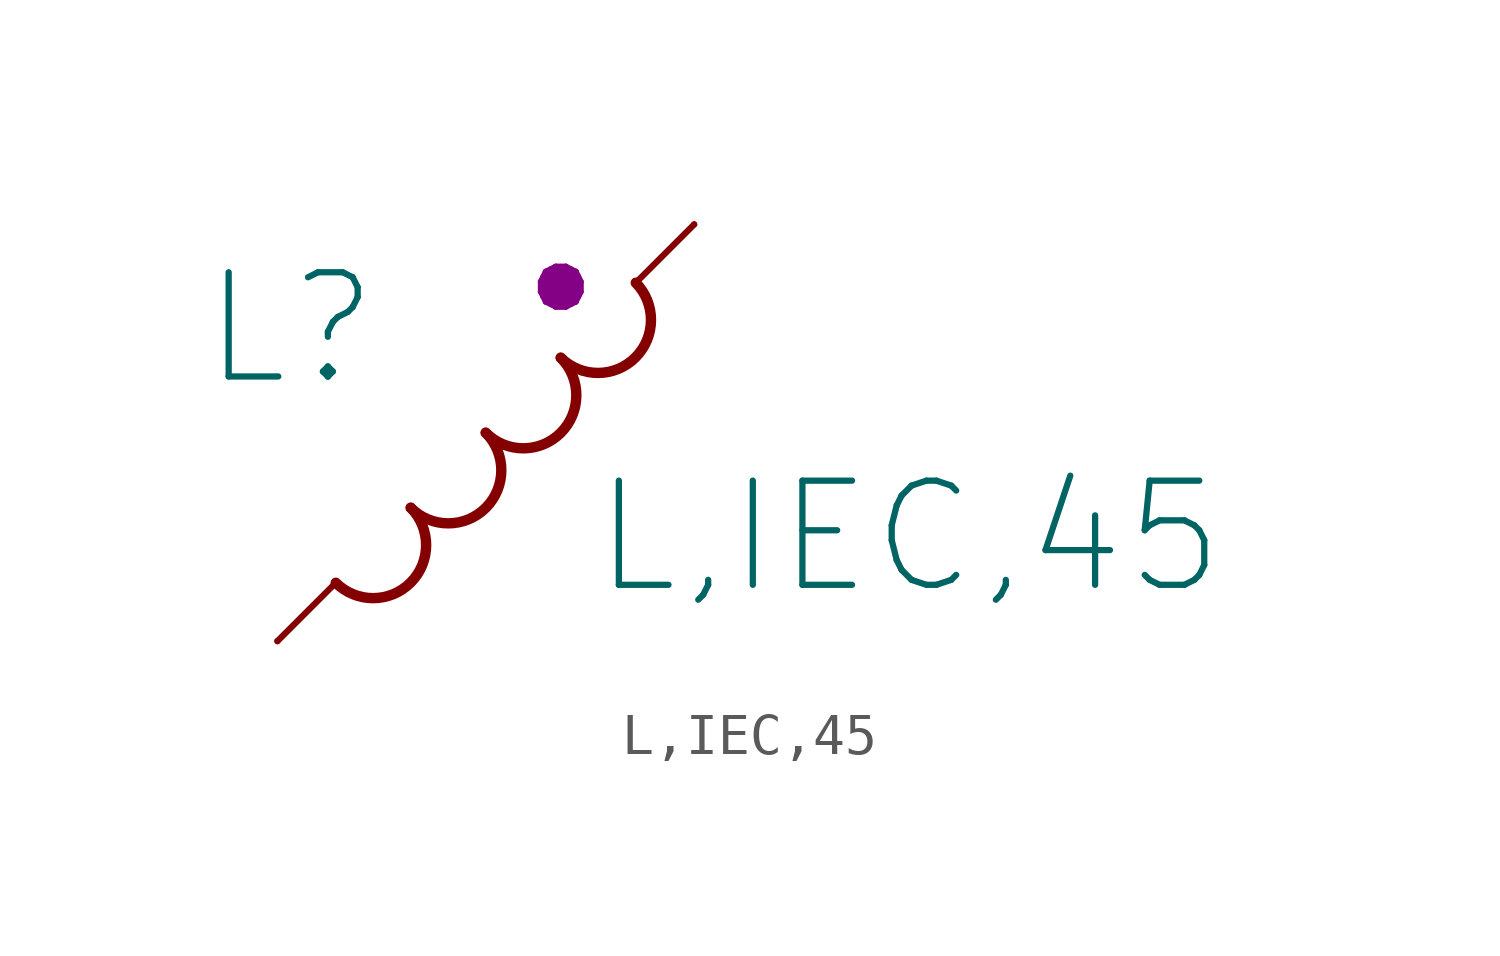
<source format=kicad_sym>
(kicad_symbol_lib
  (version 20211014)
  (generator kicad_symbol_editor)
  (symbol "L,IEC,45"
    (pin_numbers hide)
    (pin_names
      (offset 0) hide)
    (property "Reference" "L"
      (at -2.54 2.54 0)
      (effects (font (size 2.54 2.54)) (justify right)))
    (property "Value" "L,IEC,45"
      (at 2.54 -2.54 0)
      (effects (font (size 2.54 2.54)) (justify left)))
    (property "Indicator" "●"
      (at 1.829 3.658 0)
      (effects (font (size 1.27 1.27))))
    (symbol "L,IEC,45_1_1"
      (arc (start -3.6576 -3.6576) (mid -1.8288 -3.6576) (end -1.8288 -1.8288) (stroke (width 0.254) (type default) (color 0 0 0 0)) (fill (type none)))
      (arc (start -1.8288 -1.8288) (mid 0 -1.8288) (end 0 0) (stroke (width 0.254) (type default) (color 0 0 0 0)) (fill (type none)))
      (polyline (pts (xy -5.08 -5.08) (xy -3.658 -3.658)) (stroke (width 0) (type default) (color 0 0 0 0)) (fill (type none)))
      (polyline (pts (xy 5.08 5.08) (xy 3.658 3.658)) (stroke (width 0) (type default) (color 0 0 0 0)) (fill (type none)))
      (arc (start 0 0) (mid 1.8288 0) (end 1.8288 1.8288) (stroke (width 0.254) (type default) (color 0 0 0 0)) (fill (type none)))
      (arc (start 1.8288 1.8288) (mid 3.6576 1.8288) (end 3.6576 3.6576) (stroke (width 0.254) (type default) (color 0 0 0 0)) (fill (type none)))
      (pin passive line (at 5.08 5.08 270) (length 0) (name "+" (effects (font (size 1.27 1.27)))) (number "1" (effects (font (size 1.829 1.829)))))
      (pin passive line (at -5.08 -5.08 90) (length 0) (name "-" (effects (font (size 1.27 1.27)))) (number "2" (effects (font (size 1.829 1.829))))))))
</source>
